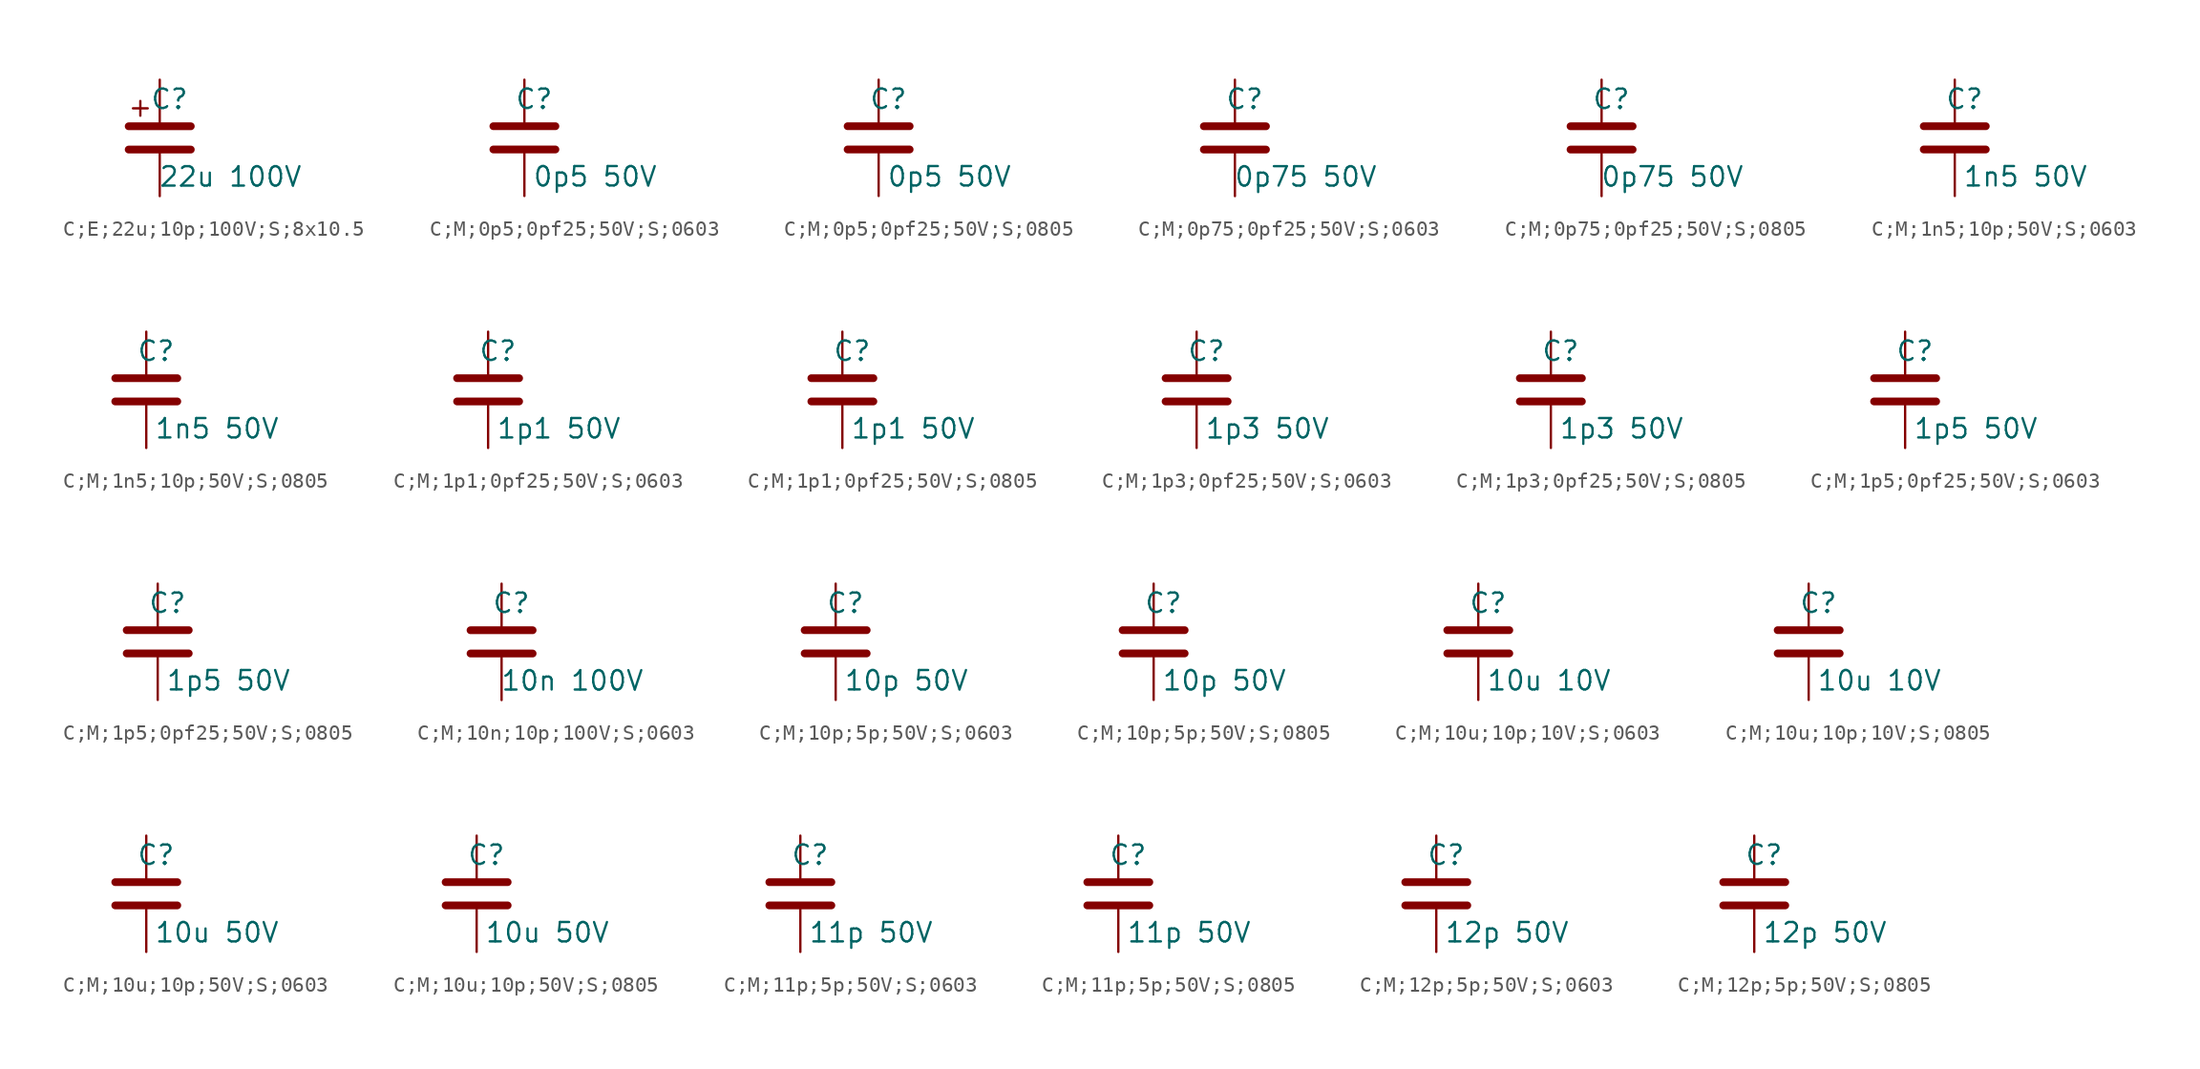
<source format=kicad_sym>
(kicad_symbol_lib
  (version 20231120)
  (generator "kicad_symbol_editor")
  (generator_version "8.0")
  (symbol "C;E;22u;10p;100V;S;8x10.5"
    (pin_numbers hide)
    (pin_names
      (offset 0.254))
    (property "Reference" "C"
      (at 0.635 2.54 0)
      (effects (font (size 1.27 1.27))))
    (property "Value" "22u 100V"
      (at 4.635 -2.54 0)
      (effects (font (size 1.27 1.27))))
    (symbol "C;E;22u;10p;100V;S;8x10.5_0_1"
      (polyline (pts (xy -2.032 -0.762) (xy 2.032 -0.762)) (stroke (width 0.508) (type default)) (fill (type none)))
      (polyline (pts (xy -2.032 0.762) (xy 2.032 0.762)) (stroke (width 0.508) (type default)) (fill (type none))))
    (symbol "C;E;22u;10p;100V;S;8x10.5_1_1"
      (text "+" (at -1.27 2.032 0) (effects (font (size 1.27 1.27))))
      (pin passive line (at 0 3.81 270) (length 2.794) (name "~" (effects (font (size 1.27 1.27)))) (number "1" (effects (font (size 1.27 1.27)))))
      (pin passive line (at 0 -3.81 90) (length 2.794) (name "~" (effects (font (size 1.27 1.27)))) (number "2" (effects (font (size 1.27 1.27)))))))
  (symbol "C;M;0p5;0pf25;50V;S;0603"
    (pin_numbers hide)
    (pin_names
      (offset 0.254))
    (property "Reference" "C"
      (at 0.635 2.54 0)
      (effects (font (size 1.27 1.27))))
    (property "Value" "0p5 50V"
      (at 4.635 -2.54 0)
      (effects (font (size 1.27 1.27))))
    (symbol "C;M;0p5;0pf25;50V;S;0603_0_1"
      (polyline (pts (xy -2.032 -0.762) (xy 2.032 -0.762)) (stroke (width 0.508) (type default)) (fill (type none)))
      (polyline (pts (xy -2.032 0.762) (xy 2.032 0.762)) (stroke (width 0.508) (type default)) (fill (type none))))
    (symbol "C;M;0p5;0pf25;50V;S;0603_1_1"
      (pin passive line (at 0 3.81 270) (length 2.794) (name "~" (effects (font (size 1.27 1.27)))) (number "1" (effects (font (size 1.27 1.27)))))
      (pin passive line (at 0 -3.81 90) (length 2.794) (name "~" (effects (font (size 1.27 1.27)))) (number "2" (effects (font (size 1.27 1.27)))))))
  (symbol "C;M;0p5;0pf25;50V;S;0805"
    (pin_numbers hide)
    (pin_names
      (offset 0.254))
    (property "Reference" "C"
      (at 0.635 2.54 0)
      (effects (font (size 1.27 1.27))))
    (property "Value" "0p5 50V"
      (at 4.635 -2.54 0)
      (effects (font (size 1.27 1.27))))
    (symbol "C;M;0p5;0pf25;50V;S;0805_0_1"
      (polyline (pts (xy -2.032 -0.762) (xy 2.032 -0.762)) (stroke (width 0.508) (type default)) (fill (type none)))
      (polyline (pts (xy -2.032 0.762) (xy 2.032 0.762)) (stroke (width 0.508) (type default)) (fill (type none))))
    (symbol "C;M;0p5;0pf25;50V;S;0805_1_1"
      (pin passive line (at 0 3.81 270) (length 2.794) (name "~" (effects (font (size 1.27 1.27)))) (number "1" (effects (font (size 1.27 1.27)))))
      (pin passive line (at 0 -3.81 90) (length 2.794) (name "~" (effects (font (size 1.27 1.27)))) (number "2" (effects (font (size 1.27 1.27)))))))
  (symbol "C;M;0p75;0pf25;50V;S;0603"
    (pin_numbers hide)
    (pin_names
      (offset 0.254))
    (property "Reference" "C"
      (at 0.635 2.54 0)
      (effects (font (size 1.27 1.27))))
    (property "Value" "0p75 50V"
      (at 4.635 -2.54 0)
      (effects (font (size 1.27 1.27))))
    (symbol "C;M;0p75;0pf25;50V;S;0603_0_1"
      (polyline (pts (xy -2.032 -0.762) (xy 2.032 -0.762)) (stroke (width 0.508) (type default)) (fill (type none)))
      (polyline (pts (xy -2.032 0.762) (xy 2.032 0.762)) (stroke (width 0.508) (type default)) (fill (type none))))
    (symbol "C;M;0p75;0pf25;50V;S;0603_1_1"
      (pin passive line (at 0 3.81 270) (length 2.794) (name "~" (effects (font (size 1.27 1.27)))) (number "1" (effects (font (size 1.27 1.27)))))
      (pin passive line (at 0 -3.81 90) (length 2.794) (name "~" (effects (font (size 1.27 1.27)))) (number "2" (effects (font (size 1.27 1.27)))))))
  (symbol "C;M;0p75;0pf25;50V;S;0805"
    (pin_numbers hide)
    (pin_names
      (offset 0.254))
    (property "Reference" "C"
      (at 0.635 2.54 0)
      (effects (font (size 1.27 1.27))))
    (property "Value" "0p75 50V"
      (at 4.635 -2.54 0)
      (effects (font (size 1.27 1.27))))
    (symbol "C;M;0p75;0pf25;50V;S;0805_0_1"
      (polyline (pts (xy -2.032 -0.762) (xy 2.032 -0.762)) (stroke (width 0.508) (type default)) (fill (type none)))
      (polyline (pts (xy -2.032 0.762) (xy 2.032 0.762)) (stroke (width 0.508) (type default)) (fill (type none))))
    (symbol "C;M;0p75;0pf25;50V;S;0805_1_1"
      (pin passive line (at 0 3.81 270) (length 2.794) (name "~" (effects (font (size 1.27 1.27)))) (number "1" (effects (font (size 1.27 1.27)))))
      (pin passive line (at 0 -3.81 90) (length 2.794) (name "~" (effects (font (size 1.27 1.27)))) (number "2" (effects (font (size 1.27 1.27)))))))
  (symbol "C;M;1n5;10p;50V;S;0603"
    (pin_numbers hide)
    (pin_names
      (offset 0.254))
    (property "Reference" "C"
      (at 0.635 2.54 0)
      (effects (font (size 1.27 1.27))))
    (property "Value" "1n5 50V"
      (at 4.635 -2.54 0)
      (effects (font (size 1.27 1.27))))
    (symbol "C;M;1n5;10p;50V;S;0603_0_1"
      (polyline (pts (xy -2.032 -0.762) (xy 2.032 -0.762)) (stroke (width 0.508) (type default)) (fill (type none)))
      (polyline (pts (xy -2.032 0.762) (xy 2.032 0.762)) (stroke (width 0.508) (type default)) (fill (type none))))
    (symbol "C;M;1n5;10p;50V;S;0603_1_1"
      (pin passive line (at 0 3.81 270) (length 2.794) (name "~" (effects (font (size 1.27 1.27)))) (number "1" (effects (font (size 1.27 1.27)))))
      (pin passive line (at 0 -3.81 90) (length 2.794) (name "~" (effects (font (size 1.27 1.27)))) (number "2" (effects (font (size 1.27 1.27)))))))
  (symbol "C;M;1n5;10p;50V;S;0805"
    (pin_numbers hide)
    (pin_names
      (offset 0.254))
    (property "Reference" "C"
      (at 0.635 2.54 0)
      (effects (font (size 1.27 1.27))))
    (property "Value" "1n5 50V"
      (at 4.635 -2.54 0)
      (effects (font (size 1.27 1.27))))
    (symbol "C;M;1n5;10p;50V;S;0805_0_1"
      (polyline (pts (xy -2.032 -0.762) (xy 2.032 -0.762)) (stroke (width 0.508) (type default)) (fill (type none)))
      (polyline (pts (xy -2.032 0.762) (xy 2.032 0.762)) (stroke (width 0.508) (type default)) (fill (type none))))
    (symbol "C;M;1n5;10p;50V;S;0805_1_1"
      (pin passive line (at 0 3.81 270) (length 2.794) (name "~" (effects (font (size 1.27 1.27)))) (number "1" (effects (font (size 1.27 1.27)))))
      (pin passive line (at 0 -3.81 90) (length 2.794) (name "~" (effects (font (size 1.27 1.27)))) (number "2" (effects (font (size 1.27 1.27)))))))
  (symbol "C;M;1p1;0pf25;50V;S;0603"
    (pin_numbers hide)
    (pin_names
      (offset 0.254))
    (property "Reference" "C"
      (at 0.635 2.54 0)
      (effects (font (size 1.27 1.27))))
    (property "Value" "1p1 50V"
      (at 4.635 -2.54 0)
      (effects (font (size 1.27 1.27))))
    (symbol "C;M;1p1;0pf25;50V;S;0603_0_1"
      (polyline (pts (xy -2.032 -0.762) (xy 2.032 -0.762)) (stroke (width 0.508) (type default)) (fill (type none)))
      (polyline (pts (xy -2.032 0.762) (xy 2.032 0.762)) (stroke (width 0.508) (type default)) (fill (type none))))
    (symbol "C;M;1p1;0pf25;50V;S;0603_1_1"
      (pin passive line (at 0 3.81 270) (length 2.794) (name "~" (effects (font (size 1.27 1.27)))) (number "1" (effects (font (size 1.27 1.27)))))
      (pin passive line (at 0 -3.81 90) (length 2.794) (name "~" (effects (font (size 1.27 1.27)))) (number "2" (effects (font (size 1.27 1.27)))))))
  (symbol "C;M;1p1;0pf25;50V;S;0805"
    (pin_numbers hide)
    (pin_names
      (offset 0.254))
    (property "Reference" "C"
      (at 0.635 2.54 0)
      (effects (font (size 1.27 1.27))))
    (property "Value" "1p1 50V"
      (at 4.635 -2.54 0)
      (effects (font (size 1.27 1.27))))
    (symbol "C;M;1p1;0pf25;50V;S;0805_0_1"
      (polyline (pts (xy -2.032 -0.762) (xy 2.032 -0.762)) (stroke (width 0.508) (type default)) (fill (type none)))
      (polyline (pts (xy -2.032 0.762) (xy 2.032 0.762)) (stroke (width 0.508) (type default)) (fill (type none))))
    (symbol "C;M;1p1;0pf25;50V;S;0805_1_1"
      (pin passive line (at 0 3.81 270) (length 2.794) (name "~" (effects (font (size 1.27 1.27)))) (number "1" (effects (font (size 1.27 1.27)))))
      (pin passive line (at 0 -3.81 90) (length 2.794) (name "~" (effects (font (size 1.27 1.27)))) (number "2" (effects (font (size 1.27 1.27)))))))
  (symbol "C;M;1p3;0pf25;50V;S;0603"
    (pin_numbers hide)
    (pin_names
      (offset 0.254))
    (property "Reference" "C"
      (at 0.635 2.54 0)
      (effects (font (size 1.27 1.27))))
    (property "Value" "1p3 50V"
      (at 4.635 -2.54 0)
      (effects (font (size 1.27 1.27))))
    (symbol "C;M;1p3;0pf25;50V;S;0603_0_1"
      (polyline (pts (xy -2.032 -0.762) (xy 2.032 -0.762)) (stroke (width 0.508) (type default)) (fill (type none)))
      (polyline (pts (xy -2.032 0.762) (xy 2.032 0.762)) (stroke (width 0.508) (type default)) (fill (type none))))
    (symbol "C;M;1p3;0pf25;50V;S;0603_1_1"
      (pin passive line (at 0 3.81 270) (length 2.794) (name "~" (effects (font (size 1.27 1.27)))) (number "1" (effects (font (size 1.27 1.27)))))
      (pin passive line (at 0 -3.81 90) (length 2.794) (name "~" (effects (font (size 1.27 1.27)))) (number "2" (effects (font (size 1.27 1.27)))))))
  (symbol "C;M;1p3;0pf25;50V;S;0805"
    (pin_numbers hide)
    (pin_names
      (offset 0.254))
    (property "Reference" "C"
      (at 0.635 2.54 0)
      (effects (font (size 1.27 1.27))))
    (property "Value" "1p3 50V"
      (at 4.635 -2.54 0)
      (effects (font (size 1.27 1.27))))
    (symbol "C;M;1p3;0pf25;50V;S;0805_0_1"
      (polyline (pts (xy -2.032 -0.762) (xy 2.032 -0.762)) (stroke (width 0.508) (type default)) (fill (type none)))
      (polyline (pts (xy -2.032 0.762) (xy 2.032 0.762)) (stroke (width 0.508) (type default)) (fill (type none))))
    (symbol "C;M;1p3;0pf25;50V;S;0805_1_1"
      (pin passive line (at 0 3.81 270) (length 2.794) (name "~" (effects (font (size 1.27 1.27)))) (number "1" (effects (font (size 1.27 1.27)))))
      (pin passive line (at 0 -3.81 90) (length 2.794) (name "~" (effects (font (size 1.27 1.27)))) (number "2" (effects (font (size 1.27 1.27)))))))
  (symbol "C;M;1p5;0pf25;50V;S;0603"
    (pin_numbers hide)
    (pin_names
      (offset 0.254))
    (property "Reference" "C"
      (at 0.635 2.54 0)
      (effects (font (size 1.27 1.27))))
    (property "Value" "1p5 50V"
      (at 4.635 -2.54 0)
      (effects (font (size 1.27 1.27))))
    (symbol "C;M;1p5;0pf25;50V;S;0603_0_1"
      (polyline (pts (xy -2.032 -0.762) (xy 2.032 -0.762)) (stroke (width 0.508) (type default)) (fill (type none)))
      (polyline (pts (xy -2.032 0.762) (xy 2.032 0.762)) (stroke (width 0.508) (type default)) (fill (type none))))
    (symbol "C;M;1p5;0pf25;50V;S;0603_1_1"
      (pin passive line (at 0 3.81 270) (length 2.794) (name "~" (effects (font (size 1.27 1.27)))) (number "1" (effects (font (size 1.27 1.27)))))
      (pin passive line (at 0 -3.81 90) (length 2.794) (name "~" (effects (font (size 1.27 1.27)))) (number "2" (effects (font (size 1.27 1.27)))))))
  (symbol "C;M;1p5;0pf25;50V;S;0805"
    (pin_numbers hide)
    (pin_names
      (offset 0.254))
    (property "Reference" "C"
      (at 0.635 2.54 0)
      (effects (font (size 1.27 1.27))))
    (property "Value" "1p5 50V"
      (at 4.635 -2.54 0)
      (effects (font (size 1.27 1.27))))
    (symbol "C;M;1p5;0pf25;50V;S;0805_0_1"
      (polyline (pts (xy -2.032 -0.762) (xy 2.032 -0.762)) (stroke (width 0.508) (type default)) (fill (type none)))
      (polyline (pts (xy -2.032 0.762) (xy 2.032 0.762)) (stroke (width 0.508) (type default)) (fill (type none))))
    (symbol "C;M;1p5;0pf25;50V;S;0805_1_1"
      (pin passive line (at 0 3.81 270) (length 2.794) (name "~" (effects (font (size 1.27 1.27)))) (number "1" (effects (font (size 1.27 1.27)))))
      (pin passive line (at 0 -3.81 90) (length 2.794) (name "~" (effects (font (size 1.27 1.27)))) (number "2" (effects (font (size 1.27 1.27)))))))
  (symbol "C;M;10n;10p;100V;S;0603"
    (pin_numbers hide)
    (pin_names
      (offset 0.254))
    (property "Reference" "C"
      (at 0.635 2.54 0)
      (effects (font (size 1.27 1.27))))
    (property "Value" "10n 100V"
      (at 4.635 -2.54 0)
      (effects (font (size 1.27 1.27))))
    (symbol "C;M;10n;10p;100V;S;0603_0_1"
      (polyline (pts (xy -2.032 -0.762) (xy 2.032 -0.762)) (stroke (width 0.508) (type default)) (fill (type none)))
      (polyline (pts (xy -2.032 0.762) (xy 2.032 0.762)) (stroke (width 0.508) (type default)) (fill (type none))))
    (symbol "C;M;10n;10p;100V;S;0603_1_1"
      (pin passive line (at 0 3.81 270) (length 2.794) (name "~" (effects (font (size 1.27 1.27)))) (number "1" (effects (font (size 1.27 1.27)))))
      (pin passive line (at 0 -3.81 90) (length 2.794) (name "~" (effects (font (size 1.27 1.27)))) (number "2" (effects (font (size 1.27 1.27)))))))
  (symbol "C;M;10p;5p;50V;S;0603"
    (pin_numbers hide)
    (pin_names
      (offset 0.254))
    (property "Reference" "C"
      (at 0.635 2.54 0)
      (effects (font (size 1.27 1.27))))
    (property "Value" "10p 50V"
      (at 4.635 -2.54 0)
      (effects (font (size 1.27 1.27))))
    (symbol "C;M;10p;5p;50V;S;0603_0_1"
      (polyline (pts (xy -2.032 -0.762) (xy 2.032 -0.762)) (stroke (width 0.508) (type default)) (fill (type none)))
      (polyline (pts (xy -2.032 0.762) (xy 2.032 0.762)) (stroke (width 0.508) (type default)) (fill (type none))))
    (symbol "C;M;10p;5p;50V;S;0603_1_1"
      (pin passive line (at 0 3.81 270) (length 2.794) (name "~" (effects (font (size 1.27 1.27)))) (number "1" (effects (font (size 1.27 1.27)))))
      (pin passive line (at 0 -3.81 90) (length 2.794) (name "~" (effects (font (size 1.27 1.27)))) (number "2" (effects (font (size 1.27 1.27)))))))
  (symbol "C;M;10p;5p;50V;S;0805"
    (pin_numbers hide)
    (pin_names
      (offset 0.254))
    (property "Reference" "C"
      (at 0.635 2.54 0)
      (effects (font (size 1.27 1.27))))
    (property "Value" "10p 50V"
      (at 4.635 -2.54 0)
      (effects (font (size 1.27 1.27))))
    (symbol "C;M;10p;5p;50V;S;0805_0_1"
      (polyline (pts (xy -2.032 -0.762) (xy 2.032 -0.762)) (stroke (width 0.508) (type default)) (fill (type none)))
      (polyline (pts (xy -2.032 0.762) (xy 2.032 0.762)) (stroke (width 0.508) (type default)) (fill (type none))))
    (symbol "C;M;10p;5p;50V;S;0805_1_1"
      (pin passive line (at 0 3.81 270) (length 2.794) (name "~" (effects (font (size 1.27 1.27)))) (number "1" (effects (font (size 1.27 1.27)))))
      (pin passive line (at 0 -3.81 90) (length 2.794) (name "~" (effects (font (size 1.27 1.27)))) (number "2" (effects (font (size 1.27 1.27)))))))
  (symbol "C;M;10u;10p;10V;S;0603"
    (pin_numbers hide)
    (pin_names
      (offset 0.254))
    (property "Reference" "C"
      (at 0.635 2.54 0)
      (effects (font (size 1.27 1.27))))
    (property "Value" "10u 10V"
      (at 4.635 -2.54 0)
      (effects (font (size 1.27 1.27))))
    (symbol "C;M;10u;10p;10V;S;0603_0_1"
      (polyline (pts (xy -2.032 -0.762) (xy 2.032 -0.762)) (stroke (width 0.508) (type default)) (fill (type none)))
      (polyline (pts (xy -2.032 0.762) (xy 2.032 0.762)) (stroke (width 0.508) (type default)) (fill (type none))))
    (symbol "C;M;10u;10p;10V;S;0603_1_1"
      (pin passive line (at 0 3.81 270) (length 2.794) (name "~" (effects (font (size 1.27 1.27)))) (number "1" (effects (font (size 1.27 1.27)))))
      (pin passive line (at 0 -3.81 90) (length 2.794) (name "~" (effects (font (size 1.27 1.27)))) (number "2" (effects (font (size 1.27 1.27)))))))
  (symbol "C;M;10u;10p;10V;S;0805"
    (pin_numbers hide)
    (pin_names
      (offset 0.254))
    (property "Reference" "C"
      (at 0.635 2.54 0)
      (effects (font (size 1.27 1.27))))
    (property "Value" "10u 10V"
      (at 4.635 -2.54 0)
      (effects (font (size 1.27 1.27))))
    (symbol "C;M;10u;10p;10V;S;0805_0_1"
      (polyline (pts (xy -2.032 -0.762) (xy 2.032 -0.762)) (stroke (width 0.508) (type default)) (fill (type none)))
      (polyline (pts (xy -2.032 0.762) (xy 2.032 0.762)) (stroke (width 0.508) (type default)) (fill (type none))))
    (symbol "C;M;10u;10p;10V;S;0805_1_1"
      (pin passive line (at 0 3.81 270) (length 2.794) (name "~" (effects (font (size 1.27 1.27)))) (number "1" (effects (font (size 1.27 1.27)))))
      (pin passive line (at 0 -3.81 90) (length 2.794) (name "~" (effects (font (size 1.27 1.27)))) (number "2" (effects (font (size 1.27 1.27)))))))
  (symbol "C;M;10u;10p;50V;S;0603"
    (pin_numbers hide)
    (pin_names
      (offset 0.254))
    (property "Reference" "C"
      (at 0.635 2.54 0)
      (effects (font (size 1.27 1.27))))
    (property "Value" "10u 50V"
      (at 4.635 -2.54 0)
      (effects (font (size 1.27 1.27))))
    (symbol "C;M;10u;10p;50V;S;0603_0_1"
      (polyline (pts (xy -2.032 -0.762) (xy 2.032 -0.762)) (stroke (width 0.508) (type default)) (fill (type none)))
      (polyline (pts (xy -2.032 0.762) (xy 2.032 0.762)) (stroke (width 0.508) (type default)) (fill (type none))))
    (symbol "C;M;10u;10p;50V;S;0603_1_1"
      (pin passive line (at 0 3.81 270) (length 2.794) (name "~" (effects (font (size 1.27 1.27)))) (number "1" (effects (font (size 1.27 1.27)))))
      (pin passive line (at 0 -3.81 90) (length 2.794) (name "~" (effects (font (size 1.27 1.27)))) (number "2" (effects (font (size 1.27 1.27)))))))
  (symbol "C;M;10u;10p;50V;S;0805"
    (pin_numbers hide)
    (pin_names
      (offset 0.254))
    (property "Reference" "C"
      (at 0.635 2.54 0)
      (effects (font (size 1.27 1.27))))
    (property "Value" "10u 50V"
      (at 4.635 -2.54 0)
      (effects (font (size 1.27 1.27))))
    (symbol "C;M;10u;10p;50V;S;0805_0_1"
      (polyline (pts (xy -2.032 -0.762) (xy 2.032 -0.762)) (stroke (width 0.508) (type default)) (fill (type none)))
      (polyline (pts (xy -2.032 0.762) (xy 2.032 0.762)) (stroke (width 0.508) (type default)) (fill (type none))))
    (symbol "C;M;10u;10p;50V;S;0805_1_1"
      (pin passive line (at 0 3.81 270) (length 2.794) (name "~" (effects (font (size 1.27 1.27)))) (number "1" (effects (font (size 1.27 1.27)))))
      (pin passive line (at 0 -3.81 90) (length 2.794) (name "~" (effects (font (size 1.27 1.27)))) (number "2" (effects (font (size 1.27 1.27)))))))
  (symbol "C;M;11p;5p;50V;S;0603"
    (pin_numbers hide)
    (pin_names
      (offset 0.254))
    (property "Reference" "C"
      (at 0.635 2.54 0)
      (effects (font (size 1.27 1.27))))
    (property "Value" "11p 50V"
      (at 4.635 -2.54 0)
      (effects (font (size 1.27 1.27))))
    (symbol "C;M;11p;5p;50V;S;0603_0_1"
      (polyline (pts (xy -2.032 -0.762) (xy 2.032 -0.762)) (stroke (width 0.508) (type default)) (fill (type none)))
      (polyline (pts (xy -2.032 0.762) (xy 2.032 0.762)) (stroke (width 0.508) (type default)) (fill (type none))))
    (symbol "C;M;11p;5p;50V;S;0603_1_1"
      (pin passive line (at 0 3.81 270) (length 2.794) (name "~" (effects (font (size 1.27 1.27)))) (number "1" (effects (font (size 1.27 1.27)))))
      (pin passive line (at 0 -3.81 90) (length 2.794) (name "~" (effects (font (size 1.27 1.27)))) (number "2" (effects (font (size 1.27 1.27)))))))
  (symbol "C;M;11p;5p;50V;S;0805"
    (pin_numbers hide)
    (pin_names
      (offset 0.254))
    (property "Reference" "C"
      (at 0.635 2.54 0)
      (effects (font (size 1.27 1.27))))
    (property "Value" "11p 50V"
      (at 4.635 -2.54 0)
      (effects (font (size 1.27 1.27))))
    (symbol "C;M;11p;5p;50V;S;0805_0_1"
      (polyline (pts (xy -2.032 -0.762) (xy 2.032 -0.762)) (stroke (width 0.508) (type default)) (fill (type none)))
      (polyline (pts (xy -2.032 0.762) (xy 2.032 0.762)) (stroke (width 0.508) (type default)) (fill (type none))))
    (symbol "C;M;11p;5p;50V;S;0805_1_1"
      (pin passive line (at 0 3.81 270) (length 2.794) (name "~" (effects (font (size 1.27 1.27)))) (number "1" (effects (font (size 1.27 1.27)))))
      (pin passive line (at 0 -3.81 90) (length 2.794) (name "~" (effects (font (size 1.27 1.27)))) (number "2" (effects (font (size 1.27 1.27)))))))
  (symbol "C;M;12p;5p;50V;S;0603"
    (pin_numbers hide)
    (pin_names
      (offset 0.254))
    (property "Reference" "C"
      (at 0.635 2.54 0)
      (effects (font (size 1.27 1.27))))
    (property "Value" "12p 50V"
      (at 4.635 -2.54 0)
      (effects (font (size 1.27 1.27))))
    (symbol "C;M;12p;5p;50V;S;0603_0_1"
      (polyline (pts (xy -2.032 -0.762) (xy 2.032 -0.762)) (stroke (width 0.508) (type default)) (fill (type none)))
      (polyline (pts (xy -2.032 0.762) (xy 2.032 0.762)) (stroke (width 0.508) (type default)) (fill (type none))))
    (symbol "C;M;12p;5p;50V;S;0603_1_1"
      (pin passive line (at 0 3.81 270) (length 2.794) (name "~" (effects (font (size 1.27 1.27)))) (number "1" (effects (font (size 1.27 1.27)))))
      (pin passive line (at 0 -3.81 90) (length 2.794) (name "~" (effects (font (size 1.27 1.27)))) (number "2" (effects (font (size 1.27 1.27)))))))
  (symbol "C;M;12p;5p;50V;S;0805"
    (pin_numbers hide)
    (pin_names
      (offset 0.254))
    (property "Reference" "C"
      (at 0.635 2.54 0)
      (effects (font (size 1.27 1.27))))
    (property "Value" "12p 50V"
      (at 4.635 -2.54 0)
      (effects (font (size 1.27 1.27))))
    (symbol "C;M;12p;5p;50V;S;0805_0_1"
      (polyline (pts (xy -2.032 -0.762) (xy 2.032 -0.762)) (stroke (width 0.508) (type default)) (fill (type none)))
      (polyline (pts (xy -2.032 0.762) (xy 2.032 0.762)) (stroke (width 0.508) (type default)) (fill (type none))))
    (symbol "C;M;12p;5p;50V;S;0805_1_1"
      (pin passive line (at 0 3.81 270) (length 2.794) (name "~" (effects (font (size 1.27 1.27)))) (number "1" (effects (font (size 1.27 1.27)))))
      (pin passive line (at 0 -3.81 90) (length 2.794) (name "~" (effects (font (size 1.27 1.27)))) (number "2" (effects (font (size 1.27 1.27))))))))
</source>
